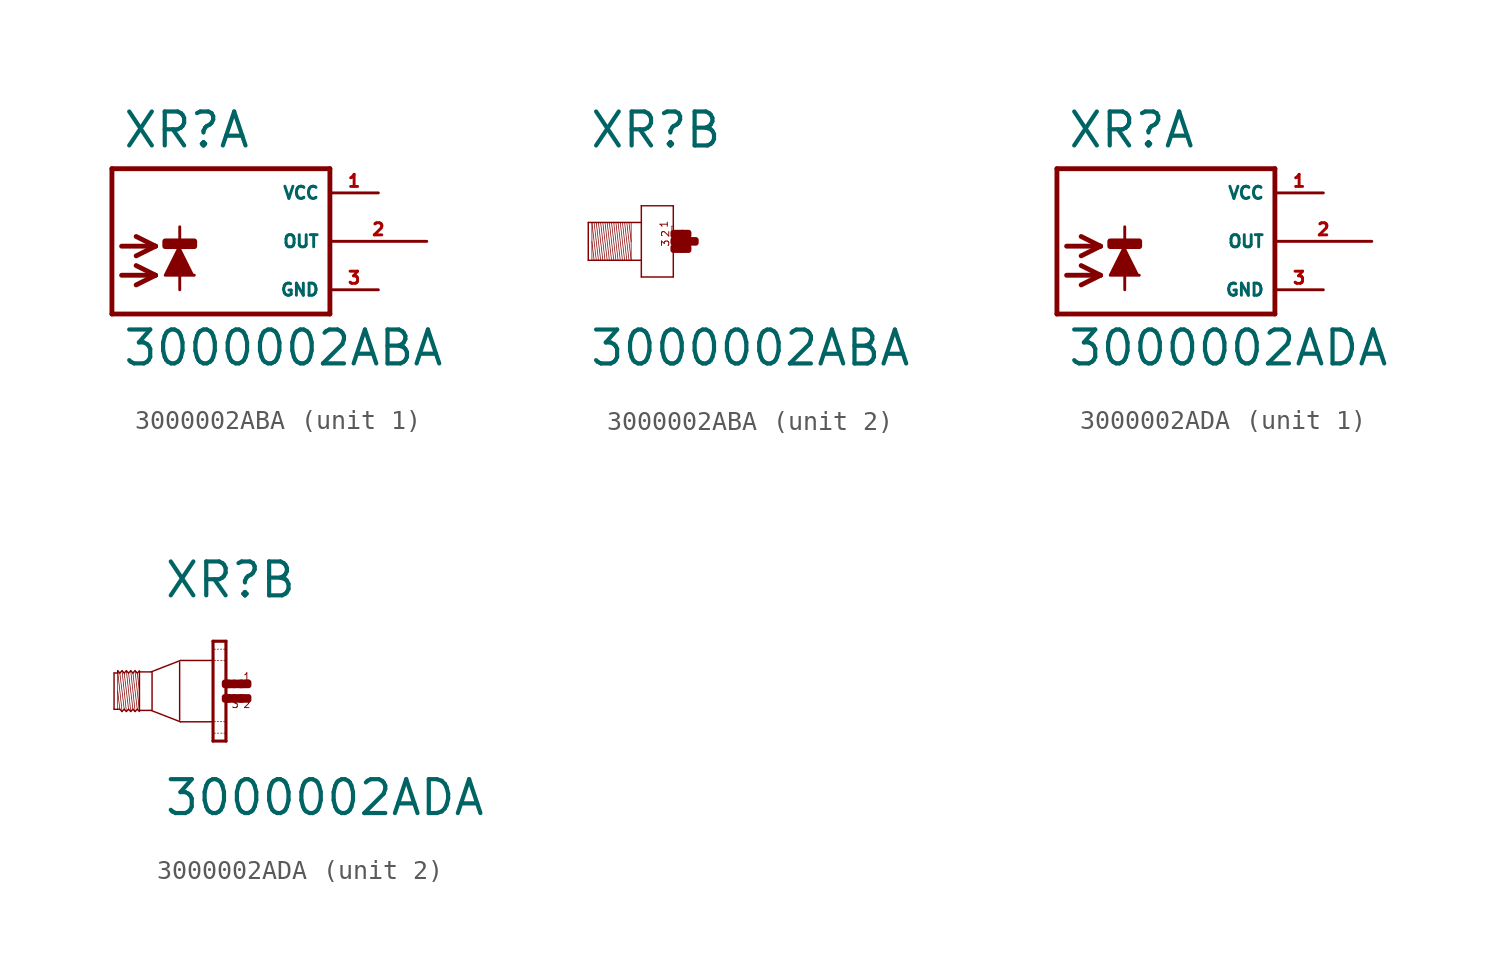
<source format=kicad_sym>
(kicad_symbol_lib
  (version 20220914)
  (generator Eagle2Kicad)
  (symbol "3000002ABA"
    (property "Reference" "XR"
      (at -3.302 4.801 0)
      (effects (font (size 1.778 1.778) (thickness 0.22)) (justify left bottom)))
    (property "Value" "3000002ABA"
      (at -3.302 -6.629 0)
      (effects (font (size 1.778 1.778) (thickness 0.22)) (justify left bottom)))
    (symbol "3000002ABA_1_0"
      (polyline (pts (xy -0.254 -0.254) (xy -1.016 -1.778) (xy 0.508 -1.778)) (stroke (width 0.152) (type default)) (fill (type outline)))
      (polyline (pts (xy -3.302 -0.254) (xy -1.524 -0.254)) (stroke (width 0.254) (type default)) (fill (type none)))
      (polyline (pts (xy -1.524 -0.254) (xy -2.54 -0.762)) (stroke (width 0.254) (type default)) (fill (type none)))
      (polyline (pts (xy -1.524 -0.254) (xy -2.54 0.254)) (stroke (width 0.254) (type default)) (fill (type none)))
      (polyline (pts (xy -3.302 -1.778) (xy -1.524 -1.778)) (stroke (width 0.254) (type default)) (fill (type none)))
      (polyline (pts (xy -1.524 -1.778) (xy -2.54 -2.286)) (stroke (width 0.254) (type default)) (fill (type none)))
      (polyline (pts (xy -1.524 -1.778) (xy -2.54 -1.27)) (stroke (width 0.254) (type default)) (fill (type none)))
      (polyline (pts (xy -0.254 0.762) (xy -0.254 -2.54)) (stroke (width 0.152) (type default)) (fill (type none)))
      (polyline (pts (xy 7.62 3.81) (xy -3.81 3.81)) (stroke (width 0.254) (type default)) (fill (type none)))
      (polyline (pts (xy -3.81 3.81) (xy -3.81 -3.81)) (stroke (width 0.254) (type default)) (fill (type none)))
      (polyline (pts (xy -3.81 -3.81) (xy 7.62 -3.81)) (stroke (width 0.254) (type default)) (fill (type none)))
      (polyline (pts (xy 7.62 -3.81) (xy 7.62 3.81)) (stroke (width 0.254) (type default)) (fill (type none)))
      (rectangle (start -1.016 -0.254) (end 0.508 0) (stroke (width 0.3) (type default)) (fill (type outline)))
      (pin unspecified line (at 10.16 2.54 180) (length 2.54) (name "VCC" (effects (font (size 0.635 0.635) (thickness 0.08)) (justify left bottom))) (number "1" (effects (font (size 0.635 0.635) (thickness 0.08)) (justify left bottom))))
      (pin unspecified line (at 10.16 -2.54 180) (length 2.54) (name "GND" (effects (font (size 0.635 0.635) (thickness 0.08)) (justify left bottom))) (number "3" (effects (font (size 0.635 0.635) (thickness 0.08)) (justify left bottom))))
      (pin output line (at 12.7 0 180) (length 5.08) (name "OUT" (effects (font (size 0.635 0.635) (thickness 0.08)) (justify left bottom))) (number "2" (effects (font (size 0.635 0.635) (thickness 0.08)) (justify left bottom)))))
    (symbol "3000002ABA_2_0"
      (polyline (pts (xy -1.067 0.953) (xy -1.067 0)) (stroke (width 0.038) (type default)) (fill (type none)))
      (polyline (pts (xy -1.067 0) (xy -1.067 -0.991)) (stroke (width 0.038) (type default)) (fill (type none)))
      (polyline (pts (xy -1.067 -0.991) (xy -1.295 0.991)) (stroke (width 0.038) (type default)) (fill (type none)))
      (polyline (pts (xy -1.181 0.991) (xy -1.067 0)) (stroke (width 0.038) (type default)) (fill (type none)))
      (polyline (pts (xy -1.181 -0.991) (xy -1.41 0.991)) (stroke (width 0.038) (type default)) (fill (type none)))
      (polyline (pts (xy -1.295 -0.991) (xy -1.524 0.991)) (stroke (width 0.038) (type default)) (fill (type none)))
      (polyline (pts (xy -1.41 -0.991) (xy -1.638 0.991)) (stroke (width 0.038) (type default)) (fill (type none)))
      (polyline (pts (xy -1.524 -0.991) (xy -1.753 0.991)) (stroke (width 0.038) (type default)) (fill (type none)))
      (polyline (pts (xy -1.638 -0.991) (xy -1.867 0.991)) (stroke (width 0.038) (type default)) (fill (type none)))
      (polyline (pts (xy -1.753 -0.991) (xy -1.981 0.991)) (stroke (width 0.038) (type default)) (fill (type none)))
      (polyline (pts (xy -1.867 -0.991) (xy -2.095 0.991)) (stroke (width 0.038) (type default)) (fill (type none)))
      (polyline (pts (xy -1.981 -0.991) (xy -2.21 0.991)) (stroke (width 0.038) (type default)) (fill (type none)))
      (polyline (pts (xy -2.095 -0.991) (xy -2.324 0.991)) (stroke (width 0.038) (type default)) (fill (type none)))
      (polyline (pts (xy -2.21 -0.991) (xy -2.438 0.991)) (stroke (width 0.038) (type default)) (fill (type none)))
      (polyline (pts (xy -2.324 -0.991) (xy -2.553 0.991)) (stroke (width 0.038) (type default)) (fill (type none)))
      (polyline (pts (xy -2.438 -0.991) (xy -2.667 0.991)) (stroke (width 0.038) (type default)) (fill (type none)))
      (polyline (pts (xy -2.553 -0.991) (xy -2.781 0.991)) (stroke (width 0.038) (type default)) (fill (type none)))
      (polyline (pts (xy -2.667 -0.991) (xy -2.896 0.991)) (stroke (width 0.038) (type default)) (fill (type none)))
      (polyline (pts (xy -2.781 -0.991) (xy -3.01 0.991)) (stroke (width 0.038) (type default)) (fill (type none)))
      (polyline (pts (xy -2.896 -0.991) (xy -3.124 0.991)) (stroke (width 0.038) (type default)) (fill (type none)))
      (polyline (pts (xy -3.124 0) (xy -3.01 -0.991)) (stroke (width 0.038) (type default)) (fill (type none)))
      (polyline (pts (xy -3.124 0.953) (xy -3.124 -0.953)) (stroke (width 0.038) (type default)) (fill (type none)))
      (polyline (pts (xy -3.315 -0.991) (xy -3.315 0.991)) (stroke (width 0.076) (type default)) (fill (type none)))
      (polyline (pts (xy -3.315 0.991) (xy -0.533 0.991)) (stroke (width 0.076) (type default)) (fill (type none)))
      (polyline (pts (xy -0.533 -0.991) (xy -3.315 -0.991)) (stroke (width 0.076) (type default)) (fill (type none)))
      (polyline (pts (xy -0.533 1.867) (xy -0.533 -1.867)) (stroke (width 0.076) (type default)) (fill (type none)))
      (polyline (pts (xy -0.533 -1.867) (xy 1.143 -1.867)) (stroke (width 0.076) (type default)) (fill (type none)))
      (polyline (pts (xy 1.143 -1.867) (xy 1.143 1.867)) (stroke (width 0.076) (type default)) (fill (type none)))
      (polyline (pts (xy 1.143 1.867) (xy -0.533 1.867)) (stroke (width 0.076) (type default)) (fill (type none)))
      (polyline (pts (xy 1.067 0.8) (xy 1.105 0.8)) (stroke (width 0.038) (type default)) (fill (type none)))
      (polyline (pts (xy 1.105 0.495) (xy 1.067 0.495)) (stroke (width 0.038) (type default)) (fill (type none)))
      (polyline (pts (xy 1.067 0.495) (xy 1.067 0.8)) (stroke (width 0.038) (type default)) (fill (type none)))
      (text "1" (at 0.876 0.686 1800) (effects (font (size 0.381 0.381) (thickness 0.05)) (justify left bottom)))
      (text "2" (at 0.953 0.191 1800) (effects (font (size 0.381 0.381) (thickness 0.05)) (justify left bottom)))
      (text "3" (at 0.953 -0.305 1800) (effects (font (size 0.381 0.381) (thickness 0.05)) (justify left bottom)))
      (rectangle (start 1.143 -0.457) (end 1.638 -0.305) (stroke (width 0.3) (type default)) (fill (type outline)))
      (rectangle (start 1.143 -0.076) (end 2.019 0.076) (stroke (width 0.3) (type default)) (fill (type outline)))
      (rectangle (start 1.6 -0.457) (end 1.943 -0.305) (stroke (width 0.3) (type default)) (fill (type outline)))
      (rectangle (start 1.981 -0.076) (end 2.324 0.076) (stroke (width 0.3) (type default)) (fill (type outline)))
      (rectangle (start 1.6 0.305) (end 1.943 0.457) (stroke (width 0.3) (type default)) (fill (type outline)))
      (rectangle (start 1.143 0.305) (end 1.638 0.457) (stroke (width 0.3) (type default)) (fill (type outline)))))
  (symbol "3000002ADA"
    (property "Reference" "XR"
      (at -3.302 4.801 0)
      (effects (font (size 1.778 1.778) (thickness 0.22)) (justify left bottom)))
    (property "Value" "3000002ADA"
      (at -3.302 -6.629 0)
      (effects (font (size 1.778 1.778) (thickness 0.22)) (justify left bottom)))
    (symbol "3000002ADA_1_0"
      (polyline (pts (xy -0.254 -0.254) (xy -1.016 -1.778) (xy 0.508 -1.778)) (stroke (width 0.152) (type default)) (fill (type outline)))
      (polyline (pts (xy -3.302 -0.254) (xy -1.524 -0.254)) (stroke (width 0.254) (type default)) (fill (type none)))
      (polyline (pts (xy -1.524 -0.254) (xy -2.54 -0.762)) (stroke (width 0.254) (type default)) (fill (type none)))
      (polyline (pts (xy -1.524 -0.254) (xy -2.54 0.254)) (stroke (width 0.254) (type default)) (fill (type none)))
      (polyline (pts (xy -3.302 -1.778) (xy -1.524 -1.778)) (stroke (width 0.254) (type default)) (fill (type none)))
      (polyline (pts (xy -1.524 -1.778) (xy -2.54 -2.286)) (stroke (width 0.254) (type default)) (fill (type none)))
      (polyline (pts (xy -1.524 -1.778) (xy -2.54 -1.27)) (stroke (width 0.254) (type default)) (fill (type none)))
      (polyline (pts (xy -0.254 0.762) (xy -0.254 -2.54)) (stroke (width 0.152) (type default)) (fill (type none)))
      (polyline (pts (xy 7.62 3.81) (xy -3.81 3.81)) (stroke (width 0.254) (type default)) (fill (type none)))
      (polyline (pts (xy -3.81 3.81) (xy -3.81 -3.81)) (stroke (width 0.254) (type default)) (fill (type none)))
      (polyline (pts (xy -3.81 -3.81) (xy 7.62 -3.81)) (stroke (width 0.254) (type default)) (fill (type none)))
      (polyline (pts (xy 7.62 -3.81) (xy 7.62 3.81)) (stroke (width 0.254) (type default)) (fill (type none)))
      (rectangle (start -1.016 -0.254) (end 0.508 0) (stroke (width 0.3) (type default)) (fill (type outline)))
      (pin unspecified line (at 10.16 2.54 180) (length 2.54) (name "VCC" (effects (font (size 0.635 0.635) (thickness 0.08)) (justify left bottom))) (number "1" (effects (font (size 0.635 0.635) (thickness 0.08)) (justify left bottom))))
      (pin unspecified line (at 10.16 -2.54 180) (length 2.54) (name "GND" (effects (font (size 0.635 0.635) (thickness 0.08)) (justify left bottom))) (number "3" (effects (font (size 0.635 0.635) (thickness 0.08)) (justify left bottom))))
      (pin output line (at 12.7 0 180) (length 5.08) (name "OUT" (effects (font (size 0.635 0.635) (thickness 0.08)) (justify left bottom))) (number "2" (effects (font (size 0.635 0.635) (thickness 0.08)) (justify left bottom)))))
    (symbol "3000002ADA_2_0"
      (polyline (pts (xy -4.548 -1.067) (xy -4.777 1.067)) (stroke (width 0.038) (type default)) (fill (type none)))
      (polyline (pts (xy -4.662 0.953) (xy -4.548 0)) (stroke (width 0.038) (type default)) (fill (type none)))
      (polyline (pts (xy -4.662 -0.953) (xy -4.891 0.953)) (stroke (width 0.038) (type default)) (fill (type none)))
      (polyline (pts (xy -4.777 -1.067) (xy -5.005 1.067)) (stroke (width 0.038) (type default)) (fill (type none)))
      (polyline (pts (xy -4.891 -0.953) (xy -5.12 0.953)) (stroke (width 0.038) (type default)) (fill (type none)))
      (polyline (pts (xy -5.005 -1.067) (xy -5.234 1.067)) (stroke (width 0.038) (type default)) (fill (type none)))
      (polyline (pts (xy -5.12 -0.953) (xy -5.348 0.953)) (stroke (width 0.038) (type default)) (fill (type none)))
      (polyline (pts (xy -5.234 -1.067) (xy -5.462 1.067)) (stroke (width 0.038) (type default)) (fill (type none)))
      (polyline (pts (xy -5.348 -0.953) (xy -5.577 0.953)) (stroke (width 0.038) (type default)) (fill (type none)))
      (polyline (pts (xy -5.462 -1.067) (xy -5.691 1.067)) (stroke (width 0.038) (type default)) (fill (type none)))
      (polyline (pts (xy -5.691 0) (xy -5.577 -0.953)) (stroke (width 0.038) (type default)) (fill (type none)))
      (polyline (pts (xy -5.691 1.029) (xy -5.691 0.953)) (stroke (width 0.038) (type default)) (fill (type none)))
      (polyline (pts (xy -5.691 0.953) (xy -5.691 -0.953)) (stroke (width 0.038) (type default)) (fill (type none)))
      (polyline (pts (xy -5.881 -0.953) (xy -5.881 0.953)) (stroke (width 0.076) (type default)) (fill (type none)))
      (polyline (pts (xy -5.881 0.953) (xy -5.691 0.953)) (stroke (width 0.076) (type default)) (fill (type none)))
      (polyline (pts (xy -5.691 0.953) (xy -5.691 1.067)) (stroke (width 0.076) (type default)) (fill (type none)))
      (polyline (pts (xy -5.691 1.067) (xy -5.577 0.953)) (stroke (width 0.076) (type default)) (fill (type none)))
      (polyline (pts (xy -5.577 0.953) (xy -5.462 1.067)) (stroke (width 0.076) (type default)) (fill (type none)))
      (polyline (pts (xy -5.462 1.067) (xy -5.348 0.953)) (stroke (width 0.076) (type default)) (fill (type none)))
      (polyline (pts (xy -5.348 0.953) (xy -5.234 1.067)) (stroke (width 0.076) (type default)) (fill (type none)))
      (polyline (pts (xy -5.234 1.067) (xy -5.12 0.953)) (stroke (width 0.076) (type default)) (fill (type none)))
      (polyline (pts (xy -5.12 0.953) (xy -5.005 1.067)) (stroke (width 0.076) (type default)) (fill (type none)))
      (polyline (pts (xy -4.777 1.067) (xy -4.662 0.953)) (stroke (width 0.076) (type default)) (fill (type none)))
      (polyline (pts (xy -4.662 0.953) (xy -4.548 1.067)) (stroke (width 0.076) (type default)) (fill (type none)))
      (polyline (pts (xy -4.548 -1.067) (xy -4.662 -0.953)) (stroke (width 0.076) (type default)) (fill (type none)))
      (polyline (pts (xy -4.662 -0.953) (xy -4.777 -1.067)) (stroke (width 0.076) (type default)) (fill (type none)))
      (polyline (pts (xy -4.777 -1.067) (xy -4.891 -0.953)) (stroke (width 0.076) (type default)) (fill (type none)))
      (polyline (pts (xy -4.891 -0.953) (xy -5.005 -1.067)) (stroke (width 0.076) (type default)) (fill (type none)))
      (polyline (pts (xy -5.005 -1.067) (xy -5.12 -0.953)) (stroke (width 0.076) (type default)) (fill (type none)))
      (polyline (pts (xy -5.12 -0.953) (xy -5.234 -1.067)) (stroke (width 0.076) (type default)) (fill (type none)))
      (polyline (pts (xy -5.234 -1.067) (xy -5.348 -0.953)) (stroke (width 0.076) (type default)) (fill (type none)))
      (polyline (pts (xy -5.348 -0.953) (xy -5.462 -1.067)) (stroke (width 0.076) (type default)) (fill (type none)))
      (polyline (pts (xy -5.462 -1.067) (xy -5.577 -0.953)) (stroke (width 0.076) (type default)) (fill (type none)))
      (polyline (pts (xy -5.577 -0.953) (xy -5.691 -0.953)) (stroke (width 0.076) (type default)) (fill (type none)))
      (polyline (pts (xy -5.691 -0.953) (xy -5.881 -0.953)) (stroke (width 0.076) (type default)) (fill (type none)))
      (polyline (pts (xy -4.548 1.029) (xy -4.548 1.01)) (stroke (width 0.076) (type default)) (fill (type none)))
      (polyline (pts (xy -4.548 1.01) (xy -4.548 -1.01)) (stroke (width 0.076) (type default)) (fill (type none)))
      (polyline (pts (xy -4.548 -1.01) (xy -4.548 -1.029)) (stroke (width 0.076) (type default)) (fill (type none)))
      (polyline (pts (xy -0.038 2.594) (xy -0.038 -2.594)) (stroke (width 0.076) (type default)) (fill (type none)))
      (polyline (pts (xy -0.038 -2.594) (xy -0.655 -2.594)) (stroke (width 0.076) (type default)) (fill (type none)))
      (polyline (pts (xy -0.655 -2.594) (xy -0.655 2.594)) (stroke (width 0.076) (type default)) (fill (type none)))
      (polyline (pts (xy -0.655 2.594) (xy -0.038 2.594)) (stroke (width 0.076) (type default)) (fill (type none)))
      (polyline (pts (xy -0.699 1.61) (xy -2.4 1.61)) (stroke (width 0.076) (type default)) (fill (type none)))
      (polyline (pts (xy -2.4 1.61) (xy -3.938 1.012)) (stroke (width 0.076) (type default)) (fill (type none)))
      (polyline (pts (xy -0.669 -1.61) (xy -2.4 -1.61)) (stroke (width 0.076) (type default)) (fill (type none)))
      (polyline (pts (xy -2.4 -1.61) (xy -3.938 -1.012)) (stroke (width 0.076) (type default)) (fill (type none)))
      (polyline (pts (xy -3.938 -1.01) (xy -4.548 -1.01)) (stroke (width 0.076) (type default)) (fill (type none)))
      (polyline (pts (xy -4.548 1.01) (xy -3.938 1.01)) (stroke (width 0.076) (type default)) (fill (type none)))
      (polyline (pts (xy -4.777 1.067) (xy -4.891 0.953)) (stroke (width 0.076) (type default)) (fill (type none)))
      (polyline (pts (xy -4.891 0.953) (xy -5.005 1.067)) (stroke (width 0.076) (type default)) (fill (type none)))
      (polyline (pts (xy 0 -2.625) (xy -0.69 -2.625)) (stroke (width 0) (type default)) (fill (type none)))
      (polyline (pts (xy 0 -2.625) (xy 0 2.625)) (stroke (width 0) (type default)) (fill (type none)))
      (polyline (pts (xy 0 2.625) (xy -0.69 2.625)) (stroke (width 0) (type default)) (fill (type none)))
      (polyline (pts (xy -0.69 2.625) (xy -0.69 -2.625)) (stroke (width 0) (type default)) (fill (type none)))
      (polyline (pts (xy -0.039 -1.605) (xy -0.135 -1.605)) (stroke (width 0.038) (type default)) (fill (type none)))
      (polyline (pts (xy -0.225 -1.605) (xy -0.3 -1.605)) (stroke (width 0.038) (type default)) (fill (type none)))
      (polyline (pts (xy -0.39 -1.605) (xy -0.465 -1.605)) (stroke (width 0.038) (type default)) (fill (type none)))
      (polyline (pts (xy -0.555 -1.605) (xy -0.633 -1.605)) (stroke (width 0.038) (type default)) (fill (type none)))
      (polyline (pts (xy -0.039 -2.205) (xy -0.12 -2.205)) (stroke (width 0.038) (type default)) (fill (type none)))
      (polyline (pts (xy -0.21 -2.205) (xy -0.285 -2.205)) (stroke (width 0.038) (type default)) (fill (type none)))
      (polyline (pts (xy -0.39 -2.205) (xy -0.465 -2.205)) (stroke (width 0.038) (type default)) (fill (type none)))
      (polyline (pts (xy -0.555 -2.205) (xy -0.633 -2.205)) (stroke (width 0.038) (type default)) (fill (type none)))
      (polyline (pts (xy -0.039 2.205) (xy -0.135 2.205)) (stroke (width 0.038) (type default)) (fill (type none)))
      (polyline (pts (xy -0.225 2.205) (xy -0.3 2.205)) (stroke (width 0.038) (type default)) (fill (type none)))
      (polyline (pts (xy -0.39 2.205) (xy -0.465 2.205)) (stroke (width 0.038) (type default)) (fill (type none)))
      (polyline (pts (xy -0.555 2.205) (xy -0.633 2.205)) (stroke (width 0.038) (type default)) (fill (type none)))
      (polyline (pts (xy -0.039 1.605) (xy -0.12 1.605)) (stroke (width 0.038) (type default)) (fill (type none)))
      (polyline (pts (xy -0.21 1.605) (xy -0.285 1.605)) (stroke (width 0.038) (type default)) (fill (type none)))
      (polyline (pts (xy -0.39 1.605) (xy -0.465 1.605)) (stroke (width 0.038) (type default)) (fill (type none)))
      (polyline (pts (xy -0.555 1.605) (xy -0.633 1.605)) (stroke (width 0.038) (type default)) (fill (type none)))
      (polyline (pts (xy -3.886 0.991) (xy -3.886 -0.991)) (stroke (width 0.076) (type default)) (fill (type none)))
      (polyline (pts (xy -2.438 1.524) (xy -2.438 -1.524)) (stroke (width 0.076) (type default)) (fill (type none)))
      (text "1" (at 0.876 0.533 0) (effects (font (size 0.381 0.381) (thickness 0.05)) (justify left bottom)))
      (text "3" (at 0.267 -0.914 0) (effects (font (size 0.381 0.381) (thickness 0.05)) (justify left bottom)))
      (text "2" (at 0.876 -0.914 0) (effects (font (size 0.381 0.381) (thickness 0.05)) (justify left bottom)))
      (rectangle (start 0.838 -0.457) (end 1.181 -0.305) (stroke (width 0.3) (type default)) (fill (type outline)))
      (rectangle (start 0.419 -0.457) (end 0.762 -0.305) (stroke (width 0.3) (type default)) (fill (type outline)))
      (rectangle (start 0.076 -0.457) (end 0.419 -0.305) (stroke (width 0.3) (type default)) (fill (type outline)))
      (rectangle (start -0.076 -0.457) (end 0.152 -0.305) (stroke (width 0.3) (type default)) (fill (type outline)))
      (rectangle (start 0.762 -0.457) (end 0.838 -0.305) (stroke (width 0.3) (type default)) (fill (type outline)))
      (rectangle (start 0.838 0.305) (end 1.181 0.457) (stroke (width 0.3) (type default)) (fill (type outline)))
      (rectangle (start 0.762 0.305) (end 0.838 0.457) (stroke (width 0.3) (type default)) (fill (type outline)))
      (rectangle (start 0.419 0.305) (end 0.762 0.457) (stroke (width 0.3) (type default)) (fill (type outline)))
      (rectangle (start 0.076 0.305) (end 0.419 0.457) (stroke (width 0.3) (type default)) (fill (type outline)))
      (rectangle (start -0.076 0.305) (end 0.152 0.457) (stroke (width 0.3) (type default)) (fill (type outline))))))
</source>
